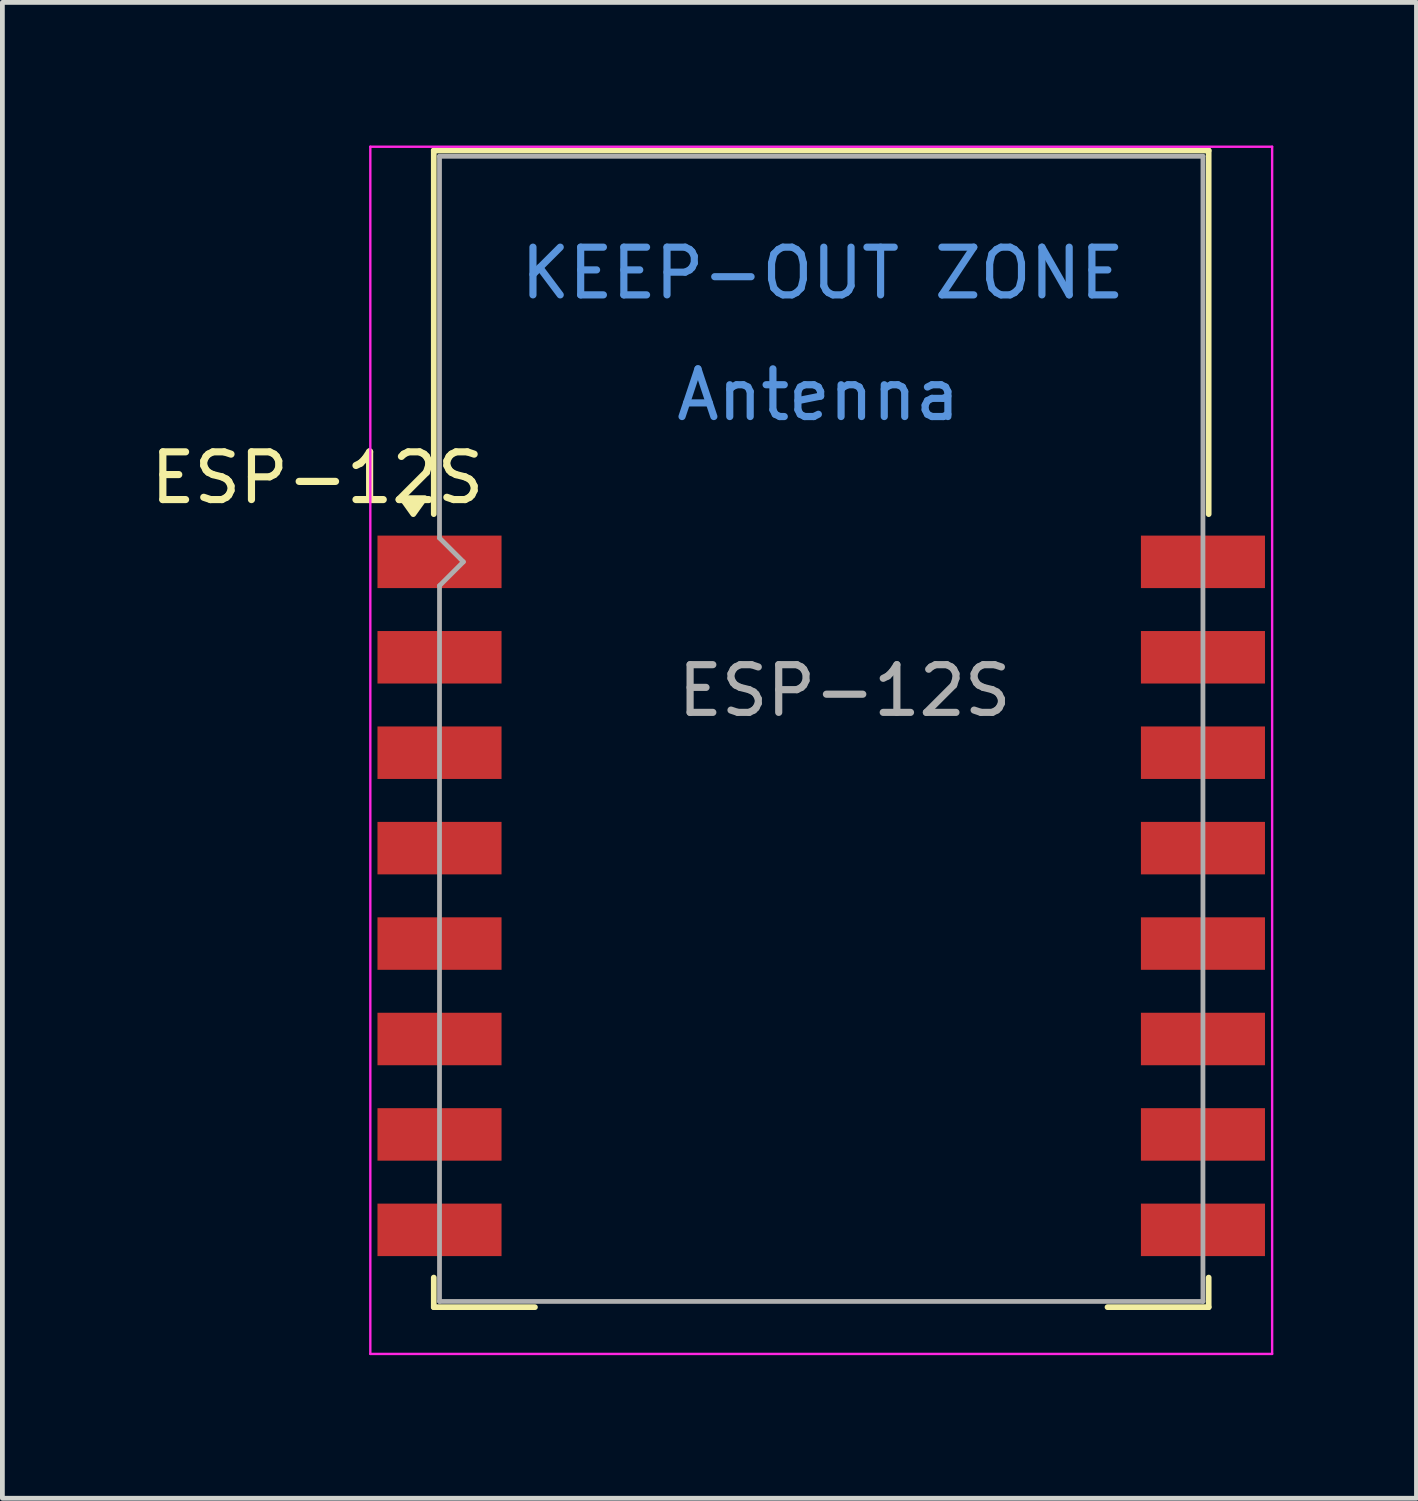
<source format=kicad_pcb>
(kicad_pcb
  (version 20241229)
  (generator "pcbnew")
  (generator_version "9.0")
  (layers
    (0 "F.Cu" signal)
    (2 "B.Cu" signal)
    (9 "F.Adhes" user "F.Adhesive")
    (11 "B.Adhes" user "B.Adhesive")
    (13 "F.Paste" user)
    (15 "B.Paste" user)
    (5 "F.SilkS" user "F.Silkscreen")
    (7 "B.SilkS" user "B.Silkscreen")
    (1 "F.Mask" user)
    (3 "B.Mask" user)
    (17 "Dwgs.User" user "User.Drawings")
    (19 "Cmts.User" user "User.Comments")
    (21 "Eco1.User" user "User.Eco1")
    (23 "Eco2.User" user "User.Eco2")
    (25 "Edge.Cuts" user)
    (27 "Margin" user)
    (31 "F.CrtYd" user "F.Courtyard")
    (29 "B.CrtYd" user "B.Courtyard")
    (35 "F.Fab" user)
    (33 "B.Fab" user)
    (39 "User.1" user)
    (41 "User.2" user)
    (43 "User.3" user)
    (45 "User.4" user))
  (footprint "ESP-12S"
    (layer "F.Cu")
    (at 14.161 12.225)
    (property "Reference" "ESP-12S" (at -10.56 -5.26 0) (layer "F.SilkS") (effects (font (size 1 1) (thickness 0.15))))
    (attr smd)
    (fp_line (start -8.12 -12.12) (end 8.12 -12.12) (stroke (width 0.12) (type solid)) (layer "F.SilkS"))
    (fp_line (start -8.12 -4.5) (end -8.12 -12.12) (stroke (width 0.12) (type solid)) (layer "F.SilkS"))
    (fp_line (start -8.12 12.12) (end -8.12 11.5) (stroke (width 0.12) (type solid)) (layer "F.SilkS"))
    (fp_line (start -6 12.12) (end -8.12 12.12) (stroke (width 0.12) (type solid)) (layer "F.SilkS"))
    (fp_line (start 8.12 -12.12) (end 8.12 -4.5) (stroke (width 0.12) (type solid)) (layer "F.SilkS"))
    (fp_line (start 8.12 11.5) (end 8.12 12.12) (stroke (width 0.12) (type solid)) (layer "F.SilkS"))
    (fp_line (start 8.12 12.12) (end 6 12.12) (stroke (width 0.12) (type solid)) (layer "F.SilkS"))
    (fp_poly (pts (xy -8.55 -4.5) (xy -8.79 -4.836) (xy -8.31 -4.836) (xy -8.55 -4.5)) (stroke (width 0.12) (type solid)) (fill yes) (layer "F.SilkS"))
    (fp_line (start -9.45 -12.2) (end 9.45 -12.2) (stroke (width 0.05) (type solid)) (layer "F.CrtYd"))
    (fp_line (start -9.45 13.1) (end -9.45 -12.2) (stroke (width 0.05) (type solid)) (layer "F.CrtYd"))
    (fp_line (start 9.45 -12.2) (end 9.45 13.1) (stroke (width 0.05) (type solid)) (layer "F.CrtYd"))
    (fp_line (start 9.45 13.1) (end -9.45 13.1) (stroke (width 0.05) (type solid)) (layer "F.CrtYd"))
    (fp_line (start -8 -12) (end 8 -12) (stroke (width 0.1) (type solid)) (layer "F.Fab"))
    (fp_line (start -8 -4) (end -8 -12) (stroke (width 0.1) (type solid)) (layer "F.Fab"))
    (fp_line (start -8 -3) (end -7.5 -3.5) (stroke (width 0.1) (type solid)) (layer "F.Fab"))
    (fp_line (start -8 12) (end -8 -3) (stroke (width 0.1) (type solid)) (layer "F.Fab"))
    (fp_line (start -7.5 -3.5) (end -8 -4) (stroke (width 0.1) (type solid)) (layer "F.Fab"))
    (fp_line (start 8 -12) (end 8 12) (stroke (width 0.1) (type solid)) (layer "F.Fab"))
    (fp_line (start 8 12) (end -8 12) (stroke (width 0.1) (type solid)) (layer "F.Fab"))
    (fp_text user "KEEP-OUT ZONE" (at 0.03 -9.55 180) (layer "Cmts.User") (effects (font (size 1 1) (thickness 0.15))))
    (fp_text user "Antenna" (at -0.06 -7 180) (layer "Cmts.User") (effects (font (size 1 1) (thickness 0.15))))
    (fp_text user "${REFERENCE}" (at 0.49 -0.8 0) (layer "F.Fab") (effects (font (size 1 1) (thickness 0.15))))
    (pad "1" smd rect (at -8 -3.5) (size 2.6 1.1) (layers "F.Cu" "F.Mask" "F.Paste"))
    (pad "2" smd rect (at -8 -1.5) (size 2.6 1.1) (layers "F.Cu" "F.Mask" "F.Paste"))
    (pad "3" smd rect (at -8 0.5) (size 2.6 1.1) (layers "F.Cu" "F.Mask" "F.Paste"))
    (pad "4" smd rect (at -8 2.5) (size 2.6 1.1) (layers "F.Cu" "F.Mask" "F.Paste"))
    (pad "5" smd rect (at -8 4.5) (size 2.6 1.1) (layers "F.Cu" "F.Mask" "F.Paste"))
    (pad "6" smd rect (at -8 6.5) (size 2.6 1.1) (layers "F.Cu" "F.Mask" "F.Paste"))
    (pad "7" smd rect (at -8 8.5) (size 2.6 1.1) (layers "F.Cu" "F.Mask" "F.Paste"))
    (pad "8" smd rect (at -8 10.5) (size 2.6 1.1) (layers "F.Cu" "F.Mask" "F.Paste"))
    (pad "9" smd rect (at 8 10.5) (size 2.6 1.1) (layers "F.Cu" "F.Mask" "F.Paste"))
    (pad "10" smd rect (at 8 8.5) (size 2.6 1.1) (layers "F.Cu" "F.Mask" "F.Paste"))
    (pad "11" smd rect (at 8 6.5) (size 2.6 1.1) (layers "F.Cu" "F.Mask" "F.Paste"))
    (pad "12" smd rect (at 8 4.5) (size 2.6 1.1) (layers "F.Cu" "F.Mask" "F.Paste"))
    (pad "13" smd rect (at 8 2.5) (size 2.6 1.1) (layers "F.Cu" "F.Mask" "F.Paste"))
    (pad "14" smd rect (at 8 0.5) (size 2.6 1.1) (layers "F.Cu" "F.Mask" "F.Paste"))
    (pad "15" smd rect (at 8 -1.5) (size 2.6 1.1) (layers "F.Cu" "F.Mask" "F.Paste"))
    (pad "16" smd rect (at 8 -3.5) (size 2.6 1.1) (layers "F.Cu" "F.Mask" "F.Paste"))
    (zone (net_name "") (layer "F.Cu") (hatch full 0.508) (connect_pads) (min_thickness 0.254) (filled_areas_thickness no) (keepout (tracks not_allowed) (vias not_allowed) (pads not_allowed) (copperpour not_allowed) (footprints not_allowed)) (placement (enabled no)) (fill) (polygon (pts (xy 12.341 15.225) (xy 15.981 15.225) (xy 15.981 11.605) (xy 12.341 11.605))))
    (zone (net_name "") (layers "F.Cu" "B.Cu") (hatch full 0.508) (connect_pads) (min_thickness 0.254) (filled_areas_thickness no) (keepout (tracks not_allowed) (vias not_allowed) (pads not_allowed) (copperpour not_allowed) (footprints not_allowed)) (placement (enabled no)) (fill) (polygon (pts (xy 6.041 7.425) (xy 22.281 7.425) (xy 22.281 0.105) (xy 6.041 0.105)))))
  (gr_rect
    (start -3 -3)
    (end 26.636 28.35)
    (stroke (width 0.1) (type default))
    (fill no)
    (layer "Edge.Cuts")))
</source>
